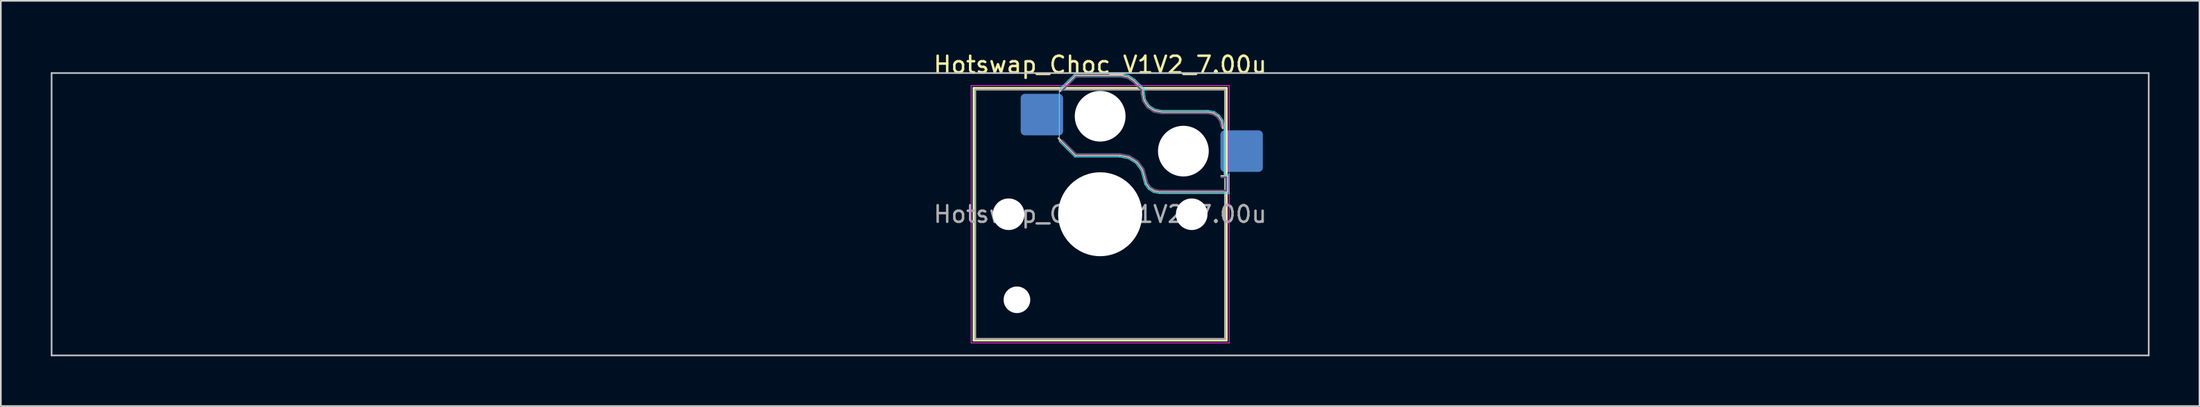
<source format=kicad_pcb>
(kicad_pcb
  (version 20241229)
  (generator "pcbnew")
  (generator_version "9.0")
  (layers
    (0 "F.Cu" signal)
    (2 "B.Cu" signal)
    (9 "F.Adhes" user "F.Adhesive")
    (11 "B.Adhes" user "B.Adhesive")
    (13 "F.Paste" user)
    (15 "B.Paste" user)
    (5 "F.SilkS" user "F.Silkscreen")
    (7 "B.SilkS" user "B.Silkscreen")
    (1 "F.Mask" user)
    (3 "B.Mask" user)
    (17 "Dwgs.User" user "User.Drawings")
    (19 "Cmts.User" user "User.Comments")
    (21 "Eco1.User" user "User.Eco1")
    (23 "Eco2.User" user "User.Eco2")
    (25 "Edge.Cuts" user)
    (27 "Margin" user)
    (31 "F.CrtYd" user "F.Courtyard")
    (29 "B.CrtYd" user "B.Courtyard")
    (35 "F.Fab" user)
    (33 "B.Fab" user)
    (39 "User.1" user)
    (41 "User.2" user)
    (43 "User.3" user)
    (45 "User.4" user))
  (footprint "Hotswap_Choc_V1V2_7.00u"
    (layer "F.Cu")
    (at 63.05 9.848)
    (property "Reference" "Hotswap_Choc_V1V2_7.00u" (at 0 -9 0) (layer "F.SilkS") (effects (font (size 1 1) (thickness 0.15))))
    (attr smd)
    (fp_line (start -7.6 -7.6) (end -7.6 7.6) (stroke (width 0.12) (type solid)) (layer "F.SilkS"))
    (fp_line (start -7.6 7.6) (end 7.6 7.6) (stroke (width 0.12) (type solid)) (layer "F.SilkS"))
    (fp_line (start 7.6 -7.6) (end -7.6 -7.6) (stroke (width 0.12) (type solid)) (layer "F.SilkS"))
    (fp_line (start 7.6 7.6) (end 7.6 -7.6) (stroke (width 0.12) (type solid)) (layer "F.SilkS"))
    (fp_line (start -2.416 -7.409) (end -1.479 -8.346) (stroke (width 0.12) (type solid)) (layer "B.SilkS"))
    (fp_line (start -1.479 -8.346) (end 1.268 -8.346) (stroke (width 0.12) (type solid)) (layer "B.SilkS"))
    (fp_line (start -1.479 -3.554) (end -2.5 -4.575) (stroke (width 0.12) (type solid)) (layer "B.SilkS"))
    (fp_line (start 1.168 -3.554) (end -1.479 -3.554) (stroke (width 0.12) (type solid)) (layer "B.SilkS"))
    (fp_line (start 1.268 -8.346) (end 1.671 -8.266) (stroke (width 0.12) (type solid)) (layer "B.SilkS"))
    (fp_line (start 1.671 -8.266) (end 2.013 -8.037) (stroke (width 0.12) (type solid)) (layer "B.SilkS"))
    (fp_line (start 1.73 -3.449) (end 1.168 -3.554) (stroke (width 0.12) (type solid)) (layer "B.SilkS"))
    (fp_line (start 2.013 -8.037) (end 2.546 -7.504) (stroke (width 0.12) (type solid)) (layer "B.SilkS"))
    (fp_line (start 2.209 -3.15) (end 1.73 -3.449) (stroke (width 0.12) (type solid)) (layer "B.SilkS"))
    (fp_line (start 2.546 -7.504) (end 2.546 -7.282) (stroke (width 0.12) (type solid)) (layer "B.SilkS"))
    (fp_line (start 2.546 -7.282) (end 2.633 -6.844) (stroke (width 0.12) (type solid)) (layer "B.SilkS"))
    (fp_line (start 2.547 -2.697) (end 2.209 -3.15) (stroke (width 0.12) (type solid)) (layer "B.SilkS"))
    (fp_line (start 2.633 -6.844) (end 2.877 -6.477) (stroke (width 0.12) (type solid)) (layer "B.SilkS"))
    (fp_line (start 2.701 -2.139) (end 2.547 -2.697) (stroke (width 0.12) (type solid)) (layer "B.SilkS"))
    (fp_line (start 2.783 -1.841) (end 2.701 -2.139) (stroke (width 0.12) (type solid)) (layer "B.SilkS"))
    (fp_line (start 2.877 -6.477) (end 3.244 -6.233) (stroke (width 0.12) (type solid)) (layer "B.SilkS"))
    (fp_line (start 2.976 -1.583) (end 2.783 -1.841) (stroke (width 0.12) (type solid)) (layer "B.SilkS"))
    (fp_line (start 3.244 -6.233) (end 3.682 -6.146) (stroke (width 0.12) (type solid)) (layer "B.SilkS"))
    (fp_line (start 3.25 -1.413) (end 2.976 -1.583) (stroke (width 0.12) (type solid)) (layer "B.SilkS"))
    (fp_line (start 3.56 -1.354) (end 3.25 -1.413) (stroke (width 0.12) (type solid)) (layer "B.SilkS"))
    (fp_line (start 3.682 -6.146) (end 6.482 -6.146) (stroke (width 0.12) (type solid)) (layer "B.SilkS"))
    (fp_line (start 6.482 -6.146) (end 6.809 -6.081) (stroke (width 0.12) (type solid)) (layer "B.SilkS"))
    (fp_line (start 6.809 -6.081) (end 7.092 -5.892) (stroke (width 0.12) (type solid)) (layer "B.SilkS"))
    (fp_line (start 7.092 -5.892) (end 7.281 -5.609) (stroke (width 0.12) (type solid)) (layer "B.SilkS"))
    (fp_line (start 7.281 -5.609) (end 7.366 -5.182) (stroke (width 0.12) (type solid)) (layer "B.SilkS"))
    (fp_line (start 7.283 -2.296) (end 7.646 -2.296) (stroke (width 0.12) (type solid)) (layer "B.SilkS"))
    (fp_line (start 7.646 -2.296) (end 7.646 -1.354) (stroke (width 0.12) (type solid)) (layer "B.SilkS"))
    (fp_line (start 7.646 -1.354) (end 3.56 -1.354) (stroke (width 0.12) (type solid)) (layer "B.SilkS"))
    (fp_line (start -63 -8.5) (end -63 8.5) (stroke (width 0.1) (type solid)) (layer "Dwgs.User"))
    (fp_line (start -63 8.5) (end 63 8.5) (stroke (width 0.1) (type solid)) (layer "Dwgs.User"))
    (fp_line (start 63 -8.5) (end -63 -8.5) (stroke (width 0.1) (type solid)) (layer "Dwgs.User"))
    (fp_line (start 63 8.5) (end 63 -8.5) (stroke (width 0.1) (type solid)) (layer "Dwgs.User"))
    (fp_line (start -7.25 -7.25) (end -7.25 7.25) (stroke (width 0.1) (type solid)) (layer "Eco1.User"))
    (fp_line (start -7.25 7.25) (end 7.25 7.25) (stroke (width 0.1) (type solid)) (layer "Eco1.User"))
    (fp_line (start 7.25 -7.25) (end -7.25 -7.25) (stroke (width 0.1) (type solid)) (layer "Eco1.User"))
    (fp_line (start 7.25 7.25) (end 7.25 -7.25) (stroke (width 0.1) (type solid)) (layer "Eco1.User"))
    (fp_line (start -2.452 -7.523) (end -1.523 -8.452) (stroke (width 0.05) (type solid)) (layer "B.CrtYd"))
    (fp_line (start -2.452 -4.377) (end -2.452 -7.523) (stroke (width 0.05) (type solid)) (layer "B.CrtYd"))
    (fp_line (start -1.523 -8.452) (end 1.278 -8.452) (stroke (width 0.05) (type solid)) (layer "B.CrtYd"))
    (fp_line (start -1.523 -3.448) (end -2.452 -4.377) (stroke (width 0.05) (type solid)) (layer "B.CrtYd"))
    (fp_line (start 1.159 -3.448) (end -1.523 -3.448) (stroke (width 0.05) (type solid)) (layer "B.CrtYd"))
    (fp_line (start 1.278 -8.452) (end 1.712 -8.366) (stroke (width 0.05) (type solid)) (layer "B.CrtYd"))
    (fp_line (start 1.691 -3.348) (end 1.159 -3.448) (stroke (width 0.05) (type solid)) (layer "B.CrtYd"))
    (fp_line (start 1.712 -8.366) (end 2.081 -8.119) (stroke (width 0.05) (type solid)) (layer "B.CrtYd"))
    (fp_line (start 2.081 -8.119) (end 2.652 -7.548) (stroke (width 0.05) (type solid)) (layer "B.CrtYd"))
    (fp_line (start 2.136 -3.071) (end 1.691 -3.348) (stroke (width 0.05) (type solid)) (layer "B.CrtYd"))
    (fp_line (start 2.45 -2.65) (end 2.136 -3.071) (stroke (width 0.05) (type solid)) (layer "B.CrtYd"))
    (fp_line (start 2.599 -2.111) (end 2.45 -2.65) (stroke (width 0.05) (type solid)) (layer "B.CrtYd"))
    (fp_line (start 2.652 -7.548) (end 2.652 -7.292) (stroke (width 0.05) (type solid)) (layer "B.CrtYd"))
    (fp_line (start 2.652 -7.292) (end 2.733 -6.885) (stroke (width 0.05) (type solid)) (layer "B.CrtYd"))
    (fp_line (start 2.687 -1.794) (end 2.599 -2.111) (stroke (width 0.05) (type solid)) (layer "B.CrtYd"))
    (fp_line (start 2.733 -6.885) (end 2.953 -6.553) (stroke (width 0.05) (type solid)) (layer "B.CrtYd"))
    (fp_line (start 2.903 -1.503) (end 2.687 -1.794) (stroke (width 0.05) (type solid)) (layer "B.CrtYd"))
    (fp_line (start 2.953 -6.553) (end 3.285 -6.333) (stroke (width 0.05) (type solid)) (layer "B.CrtYd"))
    (fp_line (start 3.211 -1.312) (end 2.903 -1.503) (stroke (width 0.05) (type solid)) (layer "B.CrtYd"))
    (fp_line (start 3.285 -6.333) (end 3.692 -6.252) (stroke (width 0.05) (type solid)) (layer "B.CrtYd"))
    (fp_line (start 3.55 -1.248) (end 3.211 -1.312) (stroke (width 0.05) (type solid)) (layer "B.CrtYd"))
    (fp_line (start 3.692 -6.252) (end 6.492 -6.252) (stroke (width 0.05) (type solid)) (layer "B.CrtYd"))
    (fp_line (start 6.492 -6.252) (end 6.85 -6.181) (stroke (width 0.05) (type solid)) (layer "B.CrtYd"))
    (fp_line (start 6.85 -6.181) (end 7.168 -5.968) (stroke (width 0.05) (type solid)) (layer "B.CrtYd"))
    (fp_line (start 7.168 -5.968) (end 7.381 -5.65) (stroke (width 0.05) (type solid)) (layer "B.CrtYd"))
    (fp_line (start 7.381 -5.65) (end 7.452 -5.292) (stroke (width 0.05) (type solid)) (layer "B.CrtYd"))
    (fp_line (start 7.452 -5.292) (end 7.452 -2.402) (stroke (width 0.05) (type solid)) (layer "B.CrtYd"))
    (fp_line (start 7.452 -2.402) (end 7.752 -2.402) (stroke (width 0.05) (type solid)) (layer "B.CrtYd"))
    (fp_line (start 7.752 -2.402) (end 7.752 -1.248) (stroke (width 0.05) (type solid)) (layer "B.CrtYd"))
    (fp_line (start 7.752 -1.248) (end 3.55 -1.248) (stroke (width 0.05) (type solid)) (layer "B.CrtYd"))
    (fp_line (start -7.75 -7.75) (end -7.75 7.75) (stroke (width 0.05) (type solid)) (layer "F.CrtYd"))
    (fp_line (start -7.75 7.75) (end 7.75 7.75) (stroke (width 0.05) (type solid)) (layer "F.CrtYd"))
    (fp_line (start 7.75 -7.75) (end -7.75 -7.75) (stroke (width 0.05) (type solid)) (layer "F.CrtYd"))
    (fp_line (start 7.75 7.75) (end 7.75 -7.75) (stroke (width 0.05) (type solid)) (layer "F.CrtYd"))
    (fp_line (start -2.275 -7.45) (end -1.45 -8.275) (stroke (width 0.1) (type solid)) (layer "B.Fab"))
    (fp_line (start -1.45 -8.275) (end 1.261 -8.275) (stroke (width 0.1) (type solid)) (layer "B.Fab"))
    (fp_line (start -1.45 -3.625) (end -2.275 -4.45) (stroke (width 0.1) (type solid)) (layer "B.Fab"))
    (fp_line (start 1.175 -3.625) (end -1.45 -3.625) (stroke (width 0.1) (type solid)) (layer "B.Fab"))
    (fp_line (start 1.261 -8.275) (end 1.643 -8.199) (stroke (width 0.1) (type solid)) (layer "B.Fab"))
    (fp_line (start 1.643 -8.199) (end 1.968 -7.982) (stroke (width 0.1) (type solid)) (layer "B.Fab"))
    (fp_line (start 1.756 -3.516) (end 1.175 -3.625) (stroke (width 0.1) (type solid)) (layer "B.Fab"))
    (fp_line (start 1.968 -7.982) (end 2.475 -7.475) (stroke (width 0.1) (type solid)) (layer "B.Fab"))
    (fp_line (start 2.258 -3.203) (end 1.756 -3.516) (stroke (width 0.1) (type solid)) (layer "B.Fab"))
    (fp_line (start 2.475 -7.475) (end 2.475 -7.275) (stroke (width 0.1) (type solid)) (layer "B.Fab"))
    (fp_line (start 2.475 -7.275) (end 2.566 -6.816) (stroke (width 0.1) (type solid)) (layer "B.Fab"))
    (fp_line (start 2.566 -6.816) (end 2.826 -6.426) (stroke (width 0.1) (type solid)) (layer "B.Fab"))
    (fp_line (start 2.612 -2.729) (end 2.258 -3.203) (stroke (width 0.1) (type solid)) (layer "B.Fab"))
    (fp_line (start 2.769 -2.158) (end 2.612 -2.729) (stroke (width 0.1) (type solid)) (layer "B.Fab"))
    (fp_line (start 2.826 -6.426) (end 3.216 -6.166) (stroke (width 0.1) (type solid)) (layer "B.Fab"))
    (fp_line (start 2.848 -1.873) (end 2.769 -2.158) (stroke (width 0.1) (type solid)) (layer "B.Fab"))
    (fp_line (start 3.025 -1.636) (end 2.848 -1.873) (stroke (width 0.1) (type solid)) (layer "B.Fab"))
    (fp_line (start 3.216 -6.166) (end 3.675 -6.075) (stroke (width 0.1) (type solid)) (layer "B.Fab"))
    (fp_line (start 3.276 -1.48) (end 3.025 -1.636) (stroke (width 0.1) (type solid)) (layer "B.Fab"))
    (fp_line (start 3.567 -1.425) (end 3.276 -1.48) (stroke (width 0.1) (type solid)) (layer "B.Fab"))
    (fp_line (start 3.675 -6.075) (end 6.475 -6.075) (stroke (width 0.1) (type solid)) (layer "B.Fab"))
    (fp_line (start 6.475 -6.075) (end 6.781 -6.014) (stroke (width 0.1) (type solid)) (layer "B.Fab"))
    (fp_line (start 6.781 -6.014) (end 7.041 -5.841) (stroke (width 0.1) (type solid)) (layer "B.Fab"))
    (fp_line (start 7.041 -5.841) (end 7.214 -5.581) (stroke (width 0.1) (type solid)) (layer "B.Fab"))
    (fp_line (start 7.214 -5.581) (end 7.275 -5.275) (stroke (width 0.1) (type solid)) (layer "B.Fab"))
    (fp_line (start 7.275 -2.225) (end 7.575 -2.225) (stroke (width 0.1) (type solid)) (layer "B.Fab"))
    (fp_line (start 7.575 -2.225) (end 7.575 -1.425) (stroke (width 0.1) (type solid)) (layer "B.Fab"))
    (fp_line (start 7.575 -1.425) (end 3.567 -1.425) (stroke (width 0.1) (type solid)) (layer "B.Fab"))
    (fp_line (start -7.5 -7.5) (end -7.5 7.5) (stroke (width 0.1) (type solid)) (layer "F.Fab"))
    (fp_line (start -7.5 7.5) (end 7.5 7.5) (stroke (width 0.1) (type solid)) (layer "F.Fab"))
    (fp_line (start 7.5 -7.5) (end -7.5 -7.5) (stroke (width 0.1) (type solid)) (layer "F.Fab"))
    (fp_line (start 7.5 7.5) (end 7.5 -7.5) (stroke (width 0.1) (type solid)) (layer "F.Fab"))
    (fp_text user "${REFERENCE}" (at 0 0 0) (layer "F.Fab") (effects (font (size 1 1) (thickness 0.15))))
    (pad "" np_thru_hole circle (at -5.5 0) (size 1.9 1.9) (drill 1.9) (layers "*.Cu" "*.Mask"))
    (pad "" np_thru_hole circle (at -5 5.15) (size 1.6 1.6) (drill 1.6) (layers "*.Cu" "*.Mask"))
    (pad "" np_thru_hole circle (at 0 -5.9) (size 3.05 3.05) (drill 3.05) (layers "*.Cu" "*.Mask"))
    (pad "" np_thru_hole circle (at 0 0) (size 5.05 5.05) (drill 5.05) (layers "*.Cu" "*.Mask"))
    (pad "" np_thru_hole circle (at 5 -3.8) (size 3.05 3.05) (drill 3.05) (layers "*.Cu" "*.Mask"))
    (pad "" np_thru_hole circle (at 5.5 0) (size 1.9 1.9) (drill 1.9) (layers "*.Cu" "*.Mask"))
    (pad "1" smd roundrect (at -3.5 -6) (size 2.55 2.5) (layers "B.Cu" "B.Mask" "B.Paste") (roundrect_rratio 0.1))
    (pad "2" smd roundrect (at 8.5 -3.8) (size 2.55 2.5) (layers "B.Cu" "B.Mask" "B.Paste") (roundrect_rratio 0.1)))
  (gr_rect
    (start -3 -3)
    (end 129.1 21.398)
    (stroke (width 0.1) (type default))
    (fill no)
    (layer "Edge.Cuts")))
</source>
